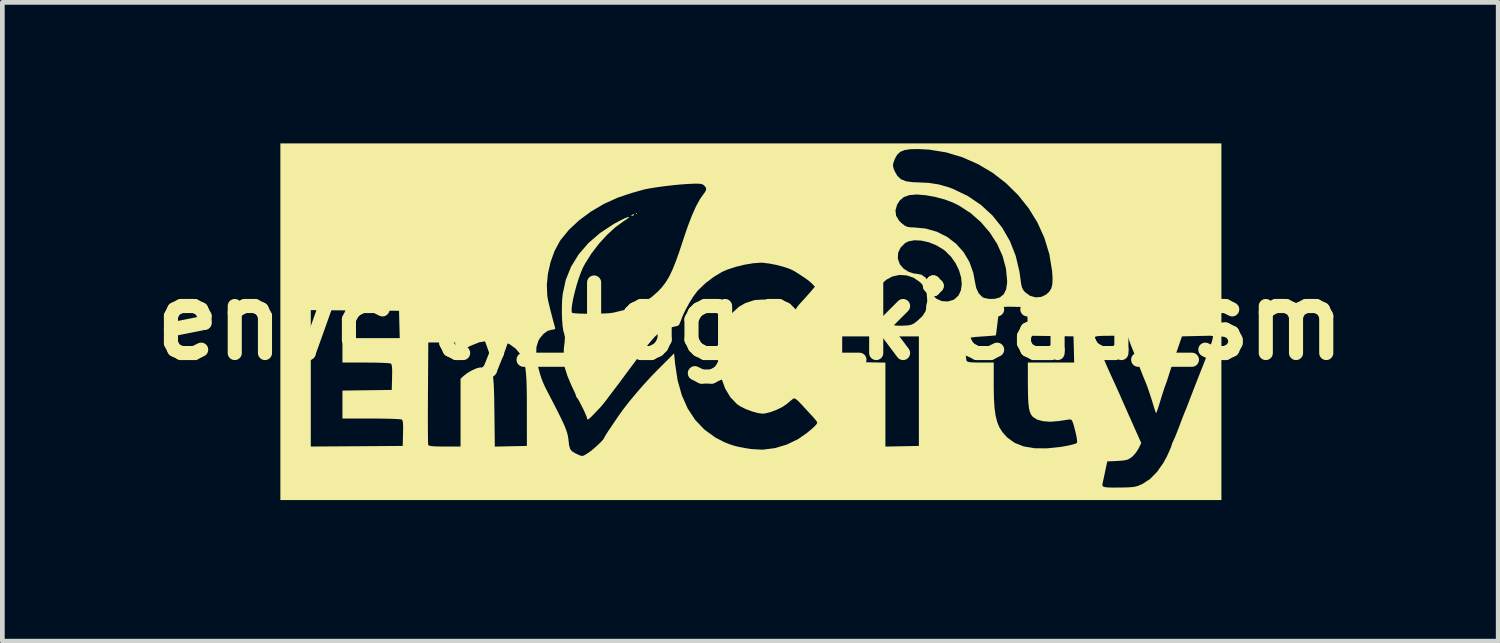
<source format=kicad_pcb>
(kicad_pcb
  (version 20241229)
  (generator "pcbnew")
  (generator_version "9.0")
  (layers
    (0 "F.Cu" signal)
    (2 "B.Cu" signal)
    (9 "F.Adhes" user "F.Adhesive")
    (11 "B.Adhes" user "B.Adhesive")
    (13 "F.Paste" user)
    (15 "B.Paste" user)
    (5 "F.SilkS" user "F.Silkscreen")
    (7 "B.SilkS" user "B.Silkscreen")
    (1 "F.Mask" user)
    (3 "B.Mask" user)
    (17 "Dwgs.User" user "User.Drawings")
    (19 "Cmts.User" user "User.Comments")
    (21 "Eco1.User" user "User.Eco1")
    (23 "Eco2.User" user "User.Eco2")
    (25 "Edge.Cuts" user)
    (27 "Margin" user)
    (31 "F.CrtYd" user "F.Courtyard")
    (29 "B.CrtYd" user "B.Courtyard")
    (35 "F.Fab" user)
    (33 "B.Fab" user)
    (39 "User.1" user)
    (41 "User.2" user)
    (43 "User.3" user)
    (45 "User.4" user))
  (footprint "envcity_logo_kicad_sm"
    (layer "F.Cu")
    (at 12.907 3.78)
    (property "Reference" "envcity_logo_kicad_sm" (at 0 0 0) (layer "F.SilkS") (effects (font (size 1.5 1.5) (thickness 0.3))))
    (attr board_only exclude_from_pos_files exclude_from_bom)
    (fp_poly (pts (xy -2.408 -2.291) (xy -2.421 -2.278) (xy -2.434 -2.291) (xy -2.421 -2.304)) (stroke (width 0) (type solid)) (fill yes) (layer "F.SilkS"))
    (fp_poly (pts (xy -2.472 -2.273) (xy -2.48 -2.254) (xy -2.504 -2.241) (xy -2.534 -2.233) (xy -2.522 -2.252) (xy -2.518 -2.256) (xy -2.484 -2.276)) (stroke (width 0) (type solid)) (fill yes) (layer "F.SilkS"))
    (fp_poly (pts (xy 10.02 0.013) (xy 10.02 3.806) (xy 0.013 3.806) (xy -9.994 3.806) (xy -9.994 0.013) (xy -9.994 -0.234) (xy -9.347 -0.234) (xy -9.347 1.217) (xy -9.347 2.667) (xy -8.37 2.661) (xy -7.392 2.654) (xy -7.385 2.384) (xy -7.383 2.251) (xy -7.387 2.162) (xy -7.398 2.111) (xy -7.411 2.093) (xy -7.445 2.087) (xy -7.524 2.082) (xy -7.639 2.077) (xy -7.783 2.074) (xy -7.948 2.072) (xy -8.059 2.072) (xy -8.674 2.071) (xy -8.674 1.975) (xy -6.857 1.975) (xy -6.857 2.17) (xy -6.856 2.338) (xy -6.855 2.474) (xy -6.853 2.572) (xy -6.851 2.626) (xy -6.85 2.634) (xy -6.828 2.649) (xy -6.771 2.659) (xy -6.675 2.665) (xy -6.533 2.667) (xy -6.5 2.667) (xy -6.162 2.667) (xy -6.162 1.947) (xy -6.162 1.227) (xy -6.091 1.16) (xy -6.015 1.102) (xy -5.921 1.048) (xy -5.826 1.005) (xy -5.75 0.985) (xy -5.737 0.984) (xy -5.663 1.003) (xy -5.581 1.049) (xy -5.51 1.11) (xy -5.484 1.144) (xy -5.473 1.178) (xy -5.464 1.241) (xy -5.457 1.337) (xy -5.451 1.47) (xy -5.446 1.644) (xy -5.443 1.865) (xy -5.442 1.936) (xy -5.433 2.668) (xy -5.092 2.661) (xy -4.751 2.654) (xy -4.752 1.89) (xy -4.752 1.632) (xy -4.755 1.419) (xy -4.761 1.246) (xy -4.771 1.107) (xy -4.784 0.994) (xy -4.803 0.903) (xy -4.827 0.827) (xy -4.858 0.759) (xy -4.88 0.72) (xy -4.553 0.72) (xy -4.524 0.922) (xy -4.504 1.004) (xy -4.471 1.125) (xy -4.44 1.221) (xy -4.406 1.309) (xy -4.362 1.405) (xy -4.301 1.525) (xy -4.28 1.565) (xy -4.168 1.78) (xy -4.079 1.955) (xy -4.01 2.096) (xy -3.957 2.21) (xy -3.92 2.303) (xy -3.894 2.38) (xy -3.878 2.448) (xy -3.868 2.512) (xy -3.867 2.529) (xy -3.853 2.641) (xy -3.832 2.715) (xy -3.794 2.766) (xy -3.732 2.805) (xy -3.69 2.826) (xy -3.621 2.857) (xy -3.578 2.868) (xy -3.539 2.858) (xy -3.483 2.825) (xy -3.457 2.809) (xy -3.394 2.765) (xy -3.319 2.703) (xy -3.242 2.634) (xy -3.174 2.568) (xy -3.126 2.514) (xy -3.107 2.483) (xy -3.093 2.454) (xy -3.057 2.394) (xy -3.004 2.313) (xy -2.977 2.274) (xy -2.915 2.182) (xy -2.861 2.102) (xy -2.823 2.047) (xy -2.816 2.035) (xy -2.712 1.889) (xy -2.58 1.718) (xy -2.427 1.534) (xy -2.264 1.347) (xy -2.098 1.167) (xy -1.983 1.049) (xy -1.62 0.686) (xy -1.599 0.906) (xy -1.545 1.261) (xy -1.455 1.578) (xy -1.331 1.858) (xy -1.171 2.101) (xy -0.976 2.306) (xy -0.746 2.473) (xy -0.553 2.573) (xy -0.449 2.615) (xy -0.349 2.648) (xy -0.239 2.676) (xy -0.102 2.701) (xy 0.014 2.72) (xy 0.264 2.734) (xy 0.522 2.701) (xy 0.775 2.626) (xy 1.014 2.511) (xy 1.2 2.382) (xy 1.305 2.295) (xy 1.374 2.232) (xy 1.412 2.188) (xy 1.424 2.158) (xy 1.424 2.155) (xy 1.408 2.126) (xy 1.366 2.073) (xy 1.327 2.029) (xy 1.259 1.956) (xy 1.175 1.865) (xy 1.092 1.774) (xy 1.091 1.773) (xy 1.013 1.693) (xy 0.959 1.65) (xy 0.925 1.643) (xy 0.919 1.646) (xy 0.881 1.675) (xy 0.82 1.725) (xy 0.773 1.765) (xy 0.681 1.827) (xy 0.562 1.885) (xy 0.436 1.933) (xy 0.321 1.962) (xy 0.264 1.968) (xy 0.161 1.955) (xy 0.034 1.919) (xy -0.097 1.87) (xy -0.213 1.812) (xy -0.28 1.767) (xy -0.422 1.62) (xy -0.534 1.434) (xy -0.614 1.215) (xy -0.661 0.969) (xy -0.673 0.756) (xy -0.655 0.477) (xy -0.622 0.324) (xy 1.955 0.324) (xy 1.955 0.596) (xy 1.955 0.867) (xy 2.414 0.874) (xy 2.874 0.882) (xy 2.874 1.775) (xy 2.874 2.668) (xy 3.23 2.661) (xy 3.586 2.654) (xy 3.586 1.489) (xy 3.586 0.583) (xy 4.584 0.583) (xy 4.584 0.683) (xy 4.588 0.77) (xy 4.596 0.83) (xy 4.599 0.839) (xy 4.614 0.858) (xy 4.649 0.87) (xy 4.713 0.877) (xy 4.815 0.88) (xy 4.896 0.88) (xy 5.178 0.88) (xy 5.178 1.379) (xy 5.182 1.63) (xy 5.194 1.836) (xy 5.217 2.006) (xy 5.252 2.146) (xy 5.301 2.264) (xy 5.367 2.366) (xy 5.451 2.46) (xy 5.468 2.477) (xy 5.622 2.588) (xy 5.813 2.664) (xy 6.042 2.703) (xy 6.307 2.706) (xy 6.609 2.674) (xy 6.728 2.653) (xy 6.825 2.632) (xy 6.901 2.611) (xy 6.944 2.594) (xy 6.947 2.592) (xy 6.952 2.555) (xy 6.942 2.476) (xy 6.918 2.363) (xy 6.909 2.326) (xy 6.879 2.213) (xy 6.856 2.142) (xy 6.835 2.104) (xy 6.812 2.091) (xy 6.796 2.091) (xy 6.746 2.097) (xy 6.662 2.11) (xy 6.561 2.125) (xy 6.55 2.126) (xy 6.377 2.14) (xy 6.223 2.128) (xy 6.097 2.093) (xy 6.01 2.035) (xy 6.008 2.034) (xy 5.974 1.989) (xy 5.947 1.932) (xy 5.928 1.856) (xy 5.916 1.754) (xy 5.908 1.619) (xy 5.905 1.443) (xy 5.904 1.327) (xy 5.903 0.88) (xy 6.396 0.88) (xy 6.889 0.88) (xy 6.882 0.602) (xy 6.875 0.345) (xy 7.327 0.345) (xy 7.338 0.377) (xy 7.366 0.449) (xy 7.409 0.552) (xy 7.464 0.68) (xy 7.527 0.825) (xy 7.594 0.979) (xy 7.664 1.135) (xy 7.732 1.284) (xy 7.755 1.333) (xy 7.795 1.422) (xy 7.854 1.553) (xy 7.928 1.722) (xy 7.968 1.812) (xy 7.998 1.88) (xy 8.043 1.982) (xy 8.098 2.105) (xy 8.157 2.237) (xy 8.167 2.26) (xy 8.315 2.592) (xy 8.259 2.708) (xy 8.204 2.795) (xy 8.134 2.874) (xy 8.11 2.894) (xy 8.055 2.931) (xy 7.998 2.953) (xy 7.923 2.966) (xy 7.813 2.973) (xy 7.805 2.974) (xy 7.593 2.983) (xy 7.548 3.194) (xy 7.526 3.299) (xy 7.506 3.391) (xy 7.493 3.452) (xy 7.491 3.461) (xy 7.488 3.492) (xy 7.501 3.515) (xy 7.537 3.529) (xy 7.602 3.537) (xy 7.705 3.54) (xy 7.85 3.539) (xy 7.884 3.539) (xy 8.021 3.536) (xy 8.119 3.53) (xy 8.193 3.519) (xy 8.256 3.5) (xy 8.321 3.472) (xy 8.342 3.462) (xy 8.503 3.357) (xy 8.652 3.206) (xy 8.785 3.016) (xy 8.854 2.89) (xy 8.9 2.792) (xy 8.935 2.711) (xy 8.956 2.659) (xy 8.959 2.647) (xy 8.97 2.606) (xy 8.997 2.547) (xy 8.997 2.546) (xy 9.023 2.49) (xy 9.061 2.4) (xy 9.103 2.292) (xy 9.128 2.227) (xy 9.169 2.117) (xy 9.206 2.021) (xy 9.234 1.952) (xy 9.243 1.929) (xy 9.263 1.883) (xy 9.295 1.802) (xy 9.334 1.699) (xy 9.36 1.631) (xy 9.413 1.493) (xy 9.472 1.341) (xy 9.527 1.202) (xy 9.541 1.165) (xy 9.636 0.925) (xy 9.712 0.73) (xy 9.768 0.578) (xy 9.807 0.468) (xy 9.828 0.398) (xy 9.83 0.385) (xy 9.846 0.309) (xy 9.513 0.316) (xy 9.181 0.324) (xy 9.056 0.686) (xy 9.008 0.827) (xy 8.962 0.962) (xy 8.924 1.078) (xy 8.897 1.162) (xy 8.892 1.178) (xy 8.865 1.263) (xy 8.839 1.335) (xy 8.83 1.359) (xy 8.813 1.405) (xy 8.786 1.487) (xy 8.752 1.594) (xy 8.723 1.69) (xy 8.689 1.799) (xy 8.66 1.887) (xy 8.639 1.943) (xy 8.63 1.959) (xy 8.619 1.931) (xy 8.597 1.867) (xy 8.572 1.784) (xy 8.531 1.651) (xy 8.487 1.517) (xy 8.445 1.396) (xy 8.409 1.301) (xy 8.39 1.256) (xy 8.37 1.21) (xy 8.338 1.129) (xy 8.298 1.026) (xy 8.272 0.958) (xy 8.231 0.848) (xy 8.193 0.752) (xy 8.166 0.683) (xy 8.156 0.66) (xy 8.134 0.608) (xy 8.102 0.528) (xy 8.077 0.46) (xy 8.023 0.311) (xy 7.675 0.311) (xy 7.528 0.312) (xy 7.427 0.316) (xy 7.364 0.323) (xy 7.333 0.334) (xy 7.327 0.345) (xy 6.875 0.345) (xy 6.874 0.324) (xy 6.39 0.317) (xy 5.905 0.31) (xy 5.898 0.006) (xy 5.89 -0.298) (xy 5.616 -0.305) (xy 5.479 -0.307) (xy 5.387 -0.302) (xy 5.333 -0.291) (xy 5.315 -0.279) (xy 5.302 -0.241) (xy 5.286 -0.163) (xy 5.269 -0.059) (xy 5.259 0.024) (xy 5.246 0.136) (xy 5.235 0.227) (xy 5.226 0.286) (xy 5.222 0.302) (xy 5.195 0.306) (xy 5.126 0.312) (xy 5.027 0.32) (xy 4.918 0.327) (xy 4.795 0.336) (xy 4.695 0.349) (xy 4.627 0.362) (xy 4.603 0.373) (xy 4.593 0.412) (xy 4.587 0.488) (xy 4.584 0.583) (xy 3.586 0.583) (xy 3.586 0.324) (xy 2.77 0.324) (xy 1.955 0.324) (xy -0.622 0.324) (xy -0.602 0.229) (xy -0.515 0.015) (xy -0.396 -0.163) (xy -0.245 -0.303) (xy -0.105 -0.384) (xy 0.091 -0.448) (xy 0.289 -0.46) (xy 0.487 -0.421) (xy 0.684 -0.33) (xy 0.743 -0.293) (xy 0.821 -0.244) (xy 0.873 -0.222) (xy 0.912 -0.224) (xy 0.93 -0.232) (xy 0.972 -0.261) (xy 0.984 -0.279) (xy 1.001 -0.306) (xy 1.044 -0.359) (xy 1.094 -0.414) (xy 1.122 -0.444) (xy 2.667 -0.444) (xy 2.686 -0.33) (xy 2.736 -0.205) (xy 2.808 -0.091) (xy 2.865 -0.03) (xy 2.946 0.036) (xy 3.016 0.076) (xy 3.092 0.094) (xy 3.193 0.098) (xy 3.252 0.096) (xy 3.353 0.091) (xy 3.422 0.077) (xy 3.48 0.05) (xy 3.545 0.000433) (xy 3.557 -0.009) (xy 3.662 -0.108) (xy 3.726 -0.207) (xy 3.757 -0.322) (xy 3.764 -0.44) (xy 3.752 -0.586) (xy 3.713 -0.7) (xy 3.641 -0.799) (xy 3.608 -0.831) (xy 3.475 -0.923) (xy 3.326 -0.973) (xy 3.171 -0.982) (xy 3.023 -0.95) (xy 2.89 -0.878) (xy 2.83 -0.824) (xy 2.777 -0.75) (xy 2.727 -0.651) (xy 2.687 -0.547) (xy 2.668 -0.459) (xy 2.667 -0.444) (xy 1.122 -0.444) (xy 1.172 -0.499) (xy 1.25 -0.587) (xy 1.289 -0.632) (xy 1.374 -0.732) (xy 1.315 -0.796) (xy 1.253 -0.852) (xy 1.153 -0.924) (xy 1.014 -1.016) (xy 0.929 -1.068) (xy 0.835 -1.113) (xy 0.706 -1.156) (xy 0.558 -1.195) (xy 0.408 -1.224) (xy 0.273 -1.241) (xy 0.218 -1.243) (xy 0.059 -1.231) (xy -0.125 -1.2) (xy -0.314 -1.153) (xy -0.487 -1.096) (xy -0.598 -1.048) (xy -0.775 -0.942) (xy -0.948 -0.811) (xy -1.098 -0.669) (xy -1.135 -0.627) (xy -1.216 -0.517) (xy -1.3 -0.382) (xy -1.379 -0.237) (xy -1.443 -0.101) (xy -1.478 -0.006) (xy -1.511 0.073) (xy -1.548 0.103) (xy -1.553 0.104) (xy -1.599 0.112) (xy -1.675 0.132) (xy -1.751 0.156) (xy -1.811 0.178) (xy -1.864 0.202) (xy -1.916 0.232) (xy -1.969 0.274) (xy -2.028 0.33) (xy -2.096 0.406) (xy -2.177 0.504) (xy -2.276 0.63) (xy -2.395 0.788) (xy -2.539 0.98) (xy -2.628 1.1) (xy -2.704 1.202) (xy -2.768 1.289) (xy -2.816 1.353) (xy -2.84 1.385) (xy -2.841 1.385) (xy -2.865 1.418) (xy -2.912 1.479) (xy -2.97 1.556) (xy -2.978 1.566) (xy -3.055 1.669) (xy -3.113 1.743) (xy -3.162 1.802) (xy -3.212 1.858) (xy -3.276 1.925) (xy -3.306 1.957) (xy -3.383 2.036) (xy -3.433 2.08) (xy -3.459 2.094) (xy -3.469 2.081) (xy -3.47 2.071) (xy -3.48 2.034) (xy -3.508 1.967) (xy -3.547 1.882) (xy -3.591 1.794) (xy -3.632 1.714) (xy -3.665 1.657) (xy -3.682 1.636) (xy -3.702 1.606) (xy -3.703 1.602) (xy -3.713 1.565) (xy -3.74 1.502) (xy -3.756 1.468) (xy -3.793 1.39) (xy -3.839 1.284) (xy -3.885 1.174) (xy -3.889 1.165) (xy -3.947 0.982) (xy -3.971 0.788) (xy -3.964 0.571) (xy -3.95 0.464) (xy -3.942 0.344) (xy -3.957 0.267) (xy -3.959 0.264) (xy -3.977 0.202) (xy -3.992 0.1) (xy -4.002 -0.029) (xy -4.007 -0.175) (xy -4.006 -0.325) (xy -4 -0.467) (xy -3.989 -0.579) (xy -3.924 -0.877) (xy -3.811 -1.158) (xy -3.651 -1.418) (xy -3.445 -1.658) (xy -3.195 -1.874) (xy -2.902 -2.067) (xy -2.749 -2.149) (xy -2.652 -2.195) (xy -2.594 -2.216) (xy -2.576 -2.213) (xy -2.602 -2.187) (xy -2.671 -2.139) (xy -2.692 -2.126) (xy -2.868 -1.998) (xy -3.048 -1.833) (xy -3.223 -1.641) (xy -3.381 -1.434) (xy -3.513 -1.224) (xy -3.554 -1.148) (xy -3.601 -1.039) (xy -3.649 -0.907) (xy -3.694 -0.763) (xy -3.734 -0.615) (xy -3.767 -0.474) (xy -3.79 -0.349) (xy -3.8 -0.251) (xy -3.796 -0.189) (xy -3.792 -0.179) (xy -3.762 -0.17) (xy -3.69 -0.164) (xy -3.588 -0.159) (xy -3.465 -0.157) (xy -3.333 -0.157) (xy -3.201 -0.16) (xy -3.08 -0.164) (xy -2.981 -0.171) (xy -2.914 -0.18) (xy -2.913 -0.18) (xy -2.688 -0.235) (xy -2.504 -0.291) (xy -2.351 -0.353) (xy -2.218 -0.427) (xy -2.095 -0.515) (xy -2.066 -0.539) (xy -1.963 -0.631) (xy -1.875 -0.725) (xy -1.796 -0.829) (xy -1.724 -0.949) (xy -1.655 -1.093) (xy -1.585 -1.267) (xy -1.562 -1.331) (xy 3.138 -1.331) (xy 3.181 -1.21) (xy 3.187 -1.2) (xy 3.264 -1.115) (xy 3.368 -1.049) (xy 3.479 -1.013) (xy 3.519 -1.01) (xy 3.637 -0.989) (xy 3.727 -0.927) (xy 3.789 -0.822) (xy 3.818 -0.713) (xy 3.839 -0.633) (xy 3.867 -0.569) (xy 3.872 -0.561) (xy 3.961 -0.475) (xy 4.075 -0.426) (xy 4.2 -0.418) (xy 4.321 -0.453) (xy 4.345 -0.467) (xy 4.43 -0.547) (xy 4.48 -0.656) (xy 4.498 -0.786) (xy 4.484 -0.93) (xy 4.44 -1.08) (xy 4.369 -1.228) (xy 4.272 -1.367) (xy 4.151 -1.488) (xy 4.101 -1.527) (xy 3.953 -1.615) (xy 3.795 -1.678) (xy 3.636 -1.713) (xy 3.489 -1.72) (xy 3.363 -1.696) (xy 3.294 -1.661) (xy 3.197 -1.565) (xy 3.144 -1.452) (xy 3.138 -1.331) (xy -1.562 -1.331) (xy -1.509 -1.479) (xy -1.438 -1.696) (xy -1.337 -1.994) (xy -1.243 -2.241) (xy -1.192 -2.356) (xy 3.088 -2.356) (xy 3.102 -2.24) (xy 3.168 -2.133) (xy 3.218 -2.084) (xy 3.287 -2.03) (xy 3.348 -2.003) (xy 3.425 -1.994) (xy 3.469 -1.994) (xy 3.728 -1.97) (xy 3.969 -1.901) (xy 4.187 -1.792) (xy 4.378 -1.645) (xy 4.538 -1.466) (xy 4.661 -1.258) (xy 4.744 -1.025) (xy 4.775 -0.853) (xy 4.806 -0.703) (xy 4.861 -0.588) (xy 4.936 -0.512) (xy 4.971 -0.494) (xy 5.083 -0.471) (xy 5.204 -0.475) (xy 5.306 -0.504) (xy 5.309 -0.505) (xy 5.391 -0.573) (xy 5.442 -0.676) (xy 5.463 -0.818) (xy 5.463 -0.852) (xy 5.438 -1.12) (xy 5.366 -1.386) (xy 5.25 -1.643) (xy 5.095 -1.884) (xy 4.906 -2.105) (xy 4.686 -2.298) (xy 4.44 -2.458) (xy 4.315 -2.52) (xy 4.14 -2.586) (xy 3.94 -2.64) (xy 3.737 -2.677) (xy 3.553 -2.693) (xy 3.536 -2.693) (xy 3.382 -2.68) (xy 3.265 -2.638) (xy 3.178 -2.564) (xy 3.124 -2.479) (xy 3.088 -2.356) (xy -1.192 -2.356) (xy -1.154 -2.441) (xy -1.07 -2.595) (xy -1.012 -2.677) (xy -0.957 -2.753) (xy -0.936 -2.807) (xy -0.949 -2.849) (xy -0.983 -2.886) (xy -1.012 -2.907) (xy -1.051 -2.919) (xy -1.111 -2.924) (xy -1.202 -2.923) (xy -1.313 -2.918) (xy -1.465 -2.908) (xy -1.633 -2.892) (xy -1.807 -2.872) (xy -1.972 -2.85) (xy -2.118 -2.827) (xy -2.232 -2.806) (xy -2.278 -2.794) (xy -2.357 -2.772) (xy -2.456 -2.744) (xy -2.512 -2.729) (xy -2.817 -2.627) (xy -3.112 -2.493) (xy -3.389 -2.33) (xy -3.64 -2.145) (xy -3.856 -1.943) (xy -4.031 -1.729) (xy -4.053 -1.696) (xy -4.163 -1.491) (xy -4.247 -1.258) (xy -4.303 -1.012) (xy -4.327 -0.767) (xy -4.317 -0.536) (xy -4.299 -0.434) (xy -4.279 -0.351) (xy -4.253 -0.243) (xy -4.223 -0.127) (xy -4.194 -0.015) (xy -4.169 0.076) (xy -4.153 0.133) (xy -4.152 0.136) (xy -4.151 0.168) (xy -4.185 0.18) (xy -4.215 0.181) (xy -4.304 0.205) (xy -4.395 0.268) (xy -4.475 0.363) (xy -4.506 0.416) (xy -4.548 0.551) (xy -4.553 0.72) (xy -4.88 0.72) (xy -4.889 0.704) (xy -4.987 0.587) (xy -5.115 0.493) (xy -5.255 0.435) (xy -5.301 0.425) (xy -5.539 0.413) (xy -5.764 0.45) (xy -5.971 0.534) (xy -6.136 0.646) (xy -6.227 0.722) (xy -6.253 0.587) (xy -6.28 0.453) (xy -6.564 0.453) (xy -6.848 0.453) (xy -6.855 1.528) (xy -6.856 1.759) (xy -6.857 1.975) (xy -8.674 1.975) (xy -8.674 1.774) (xy -8.674 1.477) (xy -8.149 1.47) (xy -7.625 1.463) (xy -7.618 1.193) (xy -7.616 1.06) (xy -7.62 0.971) (xy -7.631 0.92) (xy -7.644 0.902) (xy -7.679 0.896) (xy -7.757 0.89) (xy -7.87 0.885) (xy -8.009 0.882) (xy -8.166 0.881) (xy -8.175 0.881) (xy -8.674 0.88) (xy -8.674 0.621) (xy -8.674 0.362) (xy -8.064 0.362) (xy -7.455 0.362) (xy -7.463 0.071) (xy -7.47 -0.22) (xy -8.408 -0.227) (xy -9.347 -0.234) (xy -9.994 -0.234) (xy -9.994 -3.302) (xy 3.035 -3.302) (xy 3.049 -3.245) (xy 3.071 -3.19) (xy 3.128 -3.089) (xy 3.205 -3.018) (xy 3.311 -2.975) (xy 3.454 -2.955) (xy 3.547 -2.952) (xy 3.793 -2.941) (xy 4.011 -2.907) (xy 4.223 -2.846) (xy 4.313 -2.812) (xy 4.627 -2.661) (xy 4.906 -2.472) (xy 5.15 -2.248) (xy 5.356 -1.99) (xy 5.522 -1.703) (xy 5.646 -1.387) (xy 5.726 -1.047) (xy 5.745 -0.91) (xy 5.76 -0.797) (xy 5.777 -0.721) (xy 5.802 -0.667) (xy 5.84 -0.62) (xy 5.842 -0.618) (xy 5.948 -0.54) (xy 6.068 -0.505) (xy 6.19 -0.516) (xy 6.292 -0.565) (xy 6.358 -0.625) (xy 6.402 -0.696) (xy 6.425 -0.788) (xy 6.429 -0.912) (xy 6.42 -1.062) (xy 6.361 -1.423) (xy 6.256 -1.769) (xy 6.108 -2.097) (xy 5.92 -2.402) (xy 5.696 -2.682) (xy 5.44 -2.934) (xy 5.156 -3.154) (xy 4.846 -3.338) (xy 4.515 -3.484) (xy 4.167 -3.589) (xy 3.804 -3.648) (xy 3.573 -3.66) (xy 3.406 -3.657) (xy 3.282 -3.638) (xy 3.191 -3.601) (xy 3.125 -3.541) (xy 3.077 -3.455) (xy 3.066 -3.428) (xy 3.04 -3.355) (xy 3.035 -3.302) (xy -9.994 -3.302) (xy -9.994 -3.78) (xy 0.013 -3.78) (xy 10.02 -3.78)) (stroke (width 0) (type solid)) (fill yes) (layer "F.SilkS")))
  (gr_rect
    (start -3 -3)
    (end 28.814 10.586)
    (stroke (width 0.1) (type default))
    (fill no)
    (layer "Edge.Cuts")))
</source>
